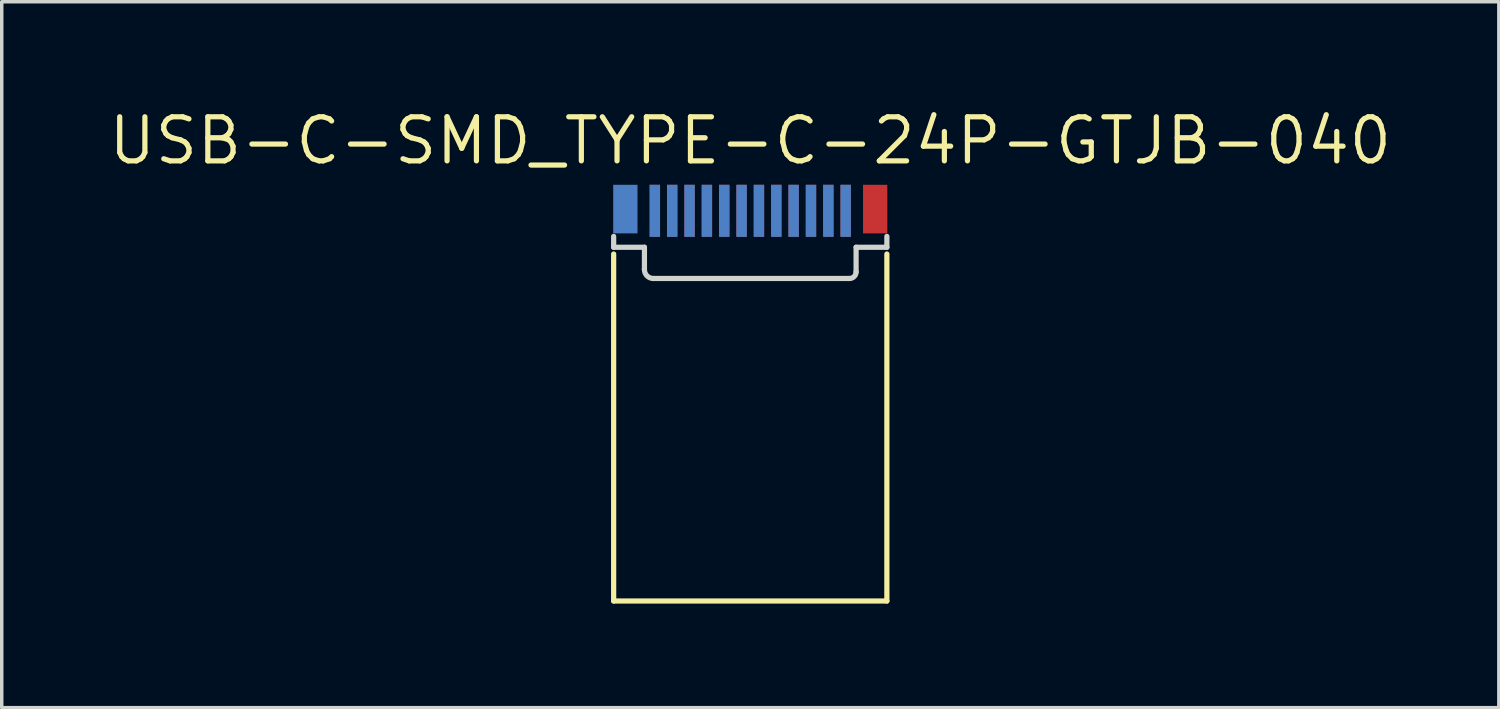
<source format=kicad_pcb>
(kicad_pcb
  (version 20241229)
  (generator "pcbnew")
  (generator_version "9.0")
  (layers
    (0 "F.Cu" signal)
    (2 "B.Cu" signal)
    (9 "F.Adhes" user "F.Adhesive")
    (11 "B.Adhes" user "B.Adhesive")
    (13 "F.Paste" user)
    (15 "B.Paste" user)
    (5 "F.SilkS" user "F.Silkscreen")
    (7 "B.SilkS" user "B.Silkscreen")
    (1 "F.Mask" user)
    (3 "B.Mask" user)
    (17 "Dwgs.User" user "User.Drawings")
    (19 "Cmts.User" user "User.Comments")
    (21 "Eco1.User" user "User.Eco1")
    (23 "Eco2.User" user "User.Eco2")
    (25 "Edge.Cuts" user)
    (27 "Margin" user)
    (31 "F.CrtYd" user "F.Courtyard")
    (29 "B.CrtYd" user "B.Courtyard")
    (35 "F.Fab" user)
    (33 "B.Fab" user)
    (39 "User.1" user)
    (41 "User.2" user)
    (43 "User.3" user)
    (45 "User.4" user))
  (footprint "USB-C-SMD_TYPE-C-24P-GTJB-040"
    (layer "F.Cu")
    (at 18.573 3.001)
    (property "Reference" "USB-C-SMD_TYPE-C-24P-GTJB-040" (at 0 -1.995 0) (layer "F.SilkS") (effects (font (size 1.27 1.27) (thickness 0.15))))
    (attr smd)
    (fp_line (start -3.937 1.27) (end -3.937 11.27) (stroke (width 0.15) (type solid)) (layer "F.SilkS"))
    (fp_line (start -3.937 11.27) (end 3.937 11.27) (stroke (width 0.15) (type solid)) (layer "F.SilkS"))
    (fp_line (start 3.937 1.27) (end 3.937 11.27) (stroke (width 0.15) (type solid)) (layer "F.SilkS"))
    (fp_line (start -3.937 1.075) (end -3.937 0.762) (stroke (width 0.15) (type solid)) (layer "Edge.Cuts"))
    (fp_line (start -3.05 1.075) (end -3.937 1.075) (stroke (width 0.15) (type solid)) (layer "Edge.Cuts"))
    (fp_line (start -3.05 1.075) (end -3.05 1.7) (stroke (width 0.15) (type solid)) (layer "Edge.Cuts"))
    (fp_line (start -3.05 1.7) (end -3.05 1.719) (stroke (width 0.15) (type solid)) (layer "Edge.Cuts"))
    (fp_line (start -2.794 1.975) (end 2.86 1.975) (stroke (width 0.15) (type solid)) (layer "Edge.Cuts"))
    (fp_line (start 3.05 1.075) (end 3.937 1.075) (stroke (width 0.15) (type solid)) (layer "Edge.Cuts"))
    (fp_line (start 3.05 1.785) (end 3.05 1.075) (stroke (width 0.15) (type solid)) (layer "Edge.Cuts"))
    (fp_line (start 3.937 1.075) (end 3.937 0.762) (stroke (width 0.15) (type solid)) (layer "Edge.Cuts"))
    (fp_arc (start -2.794 1.975) (mid -2.975019 1.900019) (end -3.05 1.719) (stroke (width 0.15) (type solid)) (layer "Edge.Cuts"))
    (fp_arc (start 3.05 1.785) (mid 2.99435 1.91935) (end 2.86 1.975) (stroke (width 0.15) (type solid)) (layer "Edge.Cuts"))
    (fp_text user "" (at 0 0 0) (layer "Cmts.User") (effects (font (size 1 1) (thickness 0.15))))
    (pad "25" smd rect (at 3.6 -0.025) (size 0.7 1.4) (layers "F.Cu" "F.Mask" "F.Paste"))
    (pad "26" smd rect (at -3.6 -0.025) (size 0.7 1.4) (layers "B.Cu" "B.Mask" "B.Paste"))
    (pad "A1" smd rect (at 2.75 0.025) (size 0.3 1.5) (layers "F.Cu" "F.Mask" "F.Paste"))
    (pad "A2" smd rect (at 2.25 0.025) (size 0.3 1.5) (layers "F.Cu" "F.Mask" "F.Paste"))
    (pad "A3" smd rect (at 1.75 0.025) (size 0.3 1.5) (layers "F.Cu" "F.Mask" "F.Paste"))
    (pad "A4" smd rect (at 1.25 0.025) (size 0.3 1.5) (layers "F.Cu" "F.Mask" "F.Paste"))
    (pad "A5" smd rect (at 0.75 0.025) (size 0.3 1.5) (layers "F.Cu" "F.Mask" "F.Paste"))
    (pad "A6" smd rect (at 0.25 0.025) (size 0.3 1.5) (layers "F.Cu" "F.Mask" "F.Paste"))
    (pad "A7" smd rect (at -0.25 0.025) (size 0.3 1.5) (layers "F.Cu" "F.Mask" "F.Paste"))
    (pad "A8" smd rect (at -0.75 0.025) (size 0.3 1.5) (layers "F.Cu" "F.Mask" "F.Paste"))
    (pad "A9" smd rect (at -1.25 0.025) (size 0.3 1.5) (layers "F.Cu" "F.Mask" "F.Paste"))
    (pad "A10" smd rect (at -1.75 0.025) (size 0.3 1.5) (layers "F.Cu" "F.Mask" "F.Paste"))
    (pad "A11" smd rect (at -2.25 0.025) (size 0.3 1.5) (layers "F.Cu" "F.Mask" "F.Paste"))
    (pad "A12" smd rect (at -2.75 0.025) (size 0.3 1.5) (layers "F.Cu" "F.Mask" "F.Paste"))
    (pad "B1" smd rect (at -2.75 0.025) (size 0.3 1.5) (layers "B.Cu" "B.Mask" "B.Paste"))
    (pad "B2" smd rect (at -2.25 0.025) (size 0.3 1.5) (layers "B.Cu" "B.Mask" "B.Paste"))
    (pad "B3" smd rect (at -1.75 0.025) (size 0.3 1.5) (layers "B.Cu" "B.Mask" "B.Paste"))
    (pad "B4" smd rect (at -1.25 0.025) (size 0.3 1.5) (layers "B.Cu" "B.Mask" "B.Paste"))
    (pad "B5" smd rect (at -0.75 0.025) (size 0.3 1.5) (layers "B.Cu" "B.Mask" "B.Paste"))
    (pad "B6" smd rect (at -0.25 0.025) (size 0.3 1.5) (layers "B.Cu" "B.Mask" "B.Paste"))
    (pad "B7" smd rect (at 0.25 0.025) (size 0.3 1.5) (layers "B.Cu" "B.Mask" "B.Paste"))
    (pad "B8" smd rect (at 0.75 0.025) (size 0.3 1.5) (layers "B.Cu" "B.Mask" "B.Paste"))
    (pad "B9" smd rect (at 1.25 0.025) (size 0.3 1.5) (layers "B.Cu" "B.Mask" "B.Paste"))
    (pad "B10" smd rect (at 1.75 0.025) (size 0.3 1.5) (layers "B.Cu" "B.Mask" "B.Paste"))
    (pad "B11" smd rect (at 2.25 0.025) (size 0.3 1.5) (layers "B.Cu" "B.Mask" "B.Paste"))
    (pad "B12" smd rect (at 2.75 0.025) (size 0.3 1.5) (layers "B.Cu" "B.Mask" "B.Paste")))
  (gr_rect
    (start -3 -3)
    (end 40.147 17.346)
    (stroke (width 0.1) (type default))
    (fill no)
    (layer "Edge.Cuts")))
</source>
